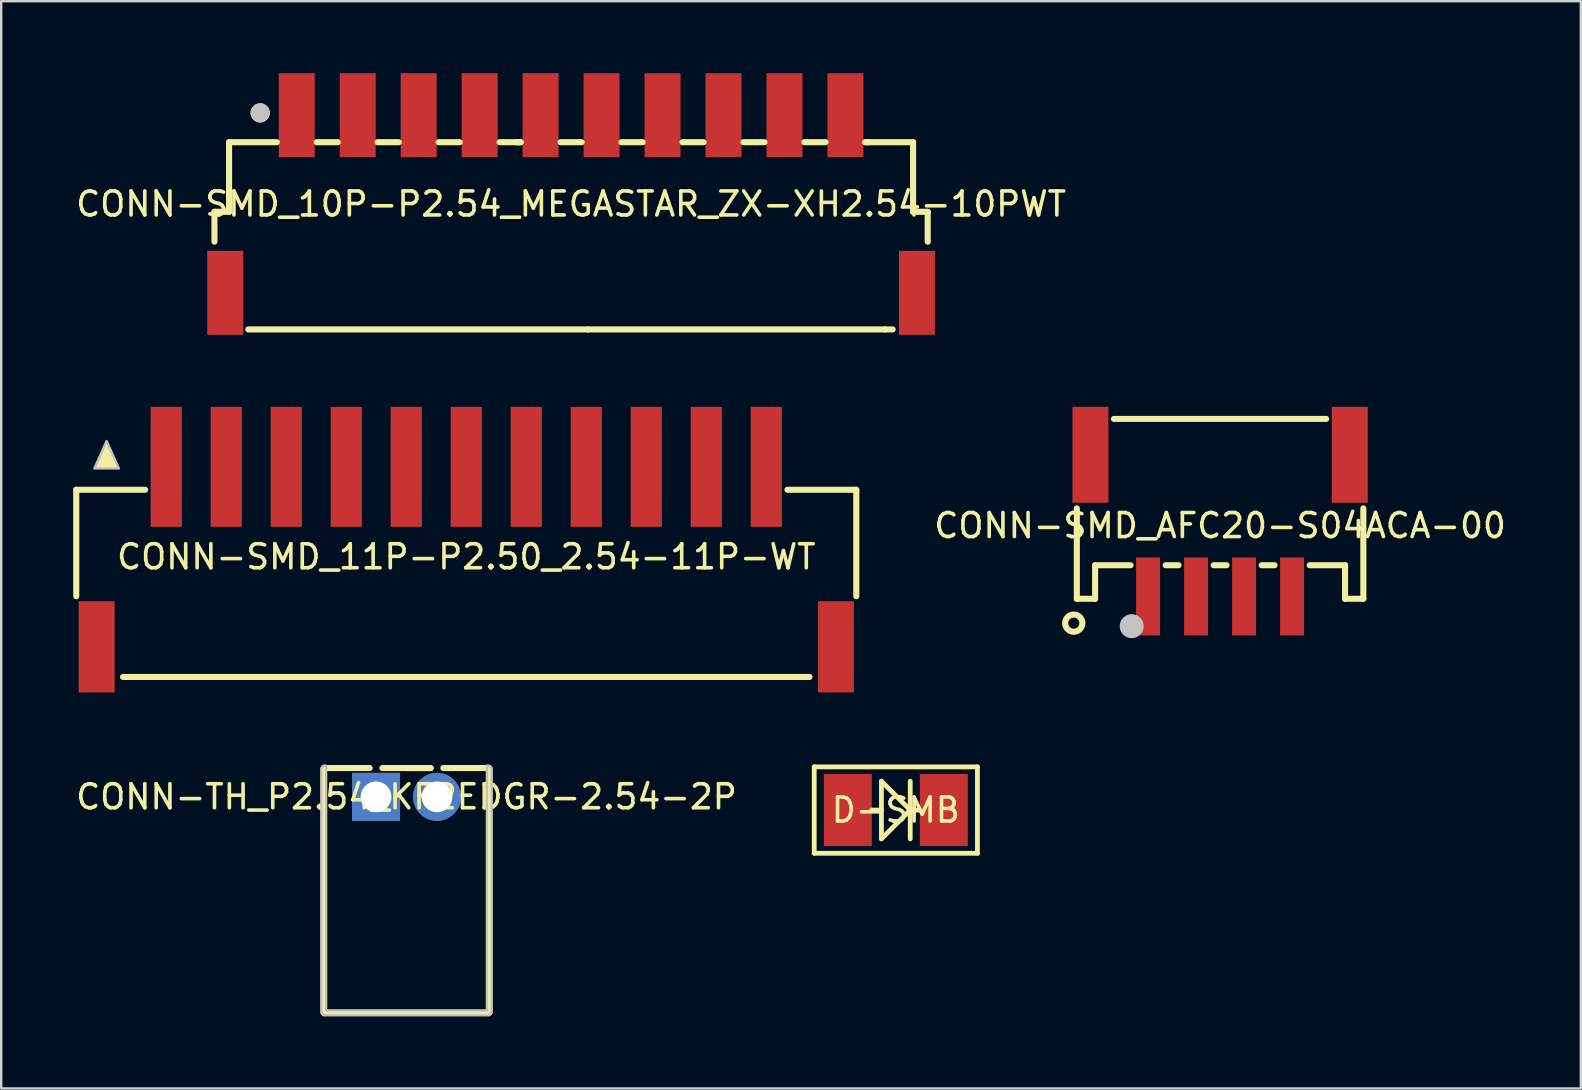
<source format=kicad_pcb>
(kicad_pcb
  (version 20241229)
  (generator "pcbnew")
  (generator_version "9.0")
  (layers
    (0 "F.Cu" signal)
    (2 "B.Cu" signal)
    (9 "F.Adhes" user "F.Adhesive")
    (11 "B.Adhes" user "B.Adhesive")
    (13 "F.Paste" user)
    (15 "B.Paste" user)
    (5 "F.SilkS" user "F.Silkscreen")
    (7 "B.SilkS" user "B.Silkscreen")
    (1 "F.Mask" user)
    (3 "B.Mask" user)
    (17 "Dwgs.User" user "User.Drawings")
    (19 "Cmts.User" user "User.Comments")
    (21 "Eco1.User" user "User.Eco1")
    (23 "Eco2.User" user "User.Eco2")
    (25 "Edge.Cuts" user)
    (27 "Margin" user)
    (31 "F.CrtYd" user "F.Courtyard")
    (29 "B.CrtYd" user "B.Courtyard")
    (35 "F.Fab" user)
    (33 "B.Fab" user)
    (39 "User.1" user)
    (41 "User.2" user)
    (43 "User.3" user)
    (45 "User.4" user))
  (footprint "D-SMB"
    (layer "F.Cu")
    (at 34.274 30.7)
    (property "Reference" "D-SMB" (at 0 0 0) (layer "F.SilkS") (effects (font (size 1 1) (thickness 0.15))))
    (fp_line (start -3.4 -1.8) (end 3.4 -1.8) (stroke (width 0.2) (type default)) (layer "F.SilkS"))
    (fp_line (start -3.4 1.8) (end -3.4 -1.8) (stroke (width 0.2) (type default)) (layer "F.SilkS"))
    (fp_line (start -0.6 -1.2) (end -0.6 1.2) (stroke (width 0.2) (type default)) (layer "F.SilkS"))
    (fp_line (start -0.6 0) (end -1 0) (stroke (width 0.2) (type default)) (layer "F.SilkS"))
    (fp_line (start -0.6 1.2) (end 0.6 0) (stroke (width 0.2) (type default)) (layer "F.SilkS"))
    (fp_line (start 0.6 0) (end -0.6 -1.2) (stroke (width 0.2) (type default)) (layer "F.SilkS"))
    (fp_line (start 0.6 0) (end 1 0) (stroke (width 0.2) (type default)) (layer "F.SilkS"))
    (fp_line (start 0.6 1.2) (end 0.6 -1.2) (stroke (width 0.2) (type default)) (layer "F.SilkS"))
    (fp_line (start 3.4 -1.8) (end 3.4 1.8) (stroke (width 0.2) (type default)) (layer "F.SilkS"))
    (fp_line (start 3.4 1.8) (end -3.4 1.8) (stroke (width 0.2) (type default)) (layer "F.SilkS"))
    (pad "A" smd rect (at -2 0 90) (size 3 2) (layers "F.Cu" "F.Mask" "F.Paste"))
    (pad "K" smd rect (at 2 0 90) (size 3 2) (layers "F.Cu" "F.Mask" "F.Paste")))
  (footprint "CONN-SMD_11P-P2.50_2.54-11P-WT"
    (layer "F.Cu")
    (at 16.377 20.15)
    (property "Reference" "CONN-SMD_11P-P2.50_2.54-11P-WT" (at 0 0 0) (layer "F.SilkS") (effects (font (size 1 1) (thickness 0.15))))
    (fp_line (start -16.25 -2.794) (end -13.381 -2.794) (stroke (width 0.254) (type default)) (layer "F.SilkS"))
    (fp_line (start -16.25 1.642) (end -16.25 -2.794) (stroke (width 0.254) (type default)) (layer "F.SilkS"))
    (fp_line (start -14.3 5.006) (end 14.3 5.006) (stroke (width 0.254) (type default)) (layer "F.SilkS"))
    (fp_line (start 16.25 -2.794) (end 13.381 -2.794) (stroke (width 0.254) (type default)) (layer "F.SilkS"))
    (fp_line (start 16.25 1.642) (end 16.25 -2.794) (stroke (width 0.254) (type default)) (layer "F.SilkS"))
    (fp_poly (pts (xy -14.986 -4.826) (xy -15.494 -3.683) (xy -14.478 -3.683)) (stroke (width 0) (type default)) (fill yes) (layer "F.SilkS"))
    (fp_poly (pts (xy -14.986 -4.826) (xy -15.493 -3.683) (xy -14.477 -3.683)) (stroke (width 0.1) (type default)) (fill no) (layer "Dwgs.User"))
    (fp_poly (pts (xy -15.55 1.9) (xy -15.25 1.9) (xy -15.25 4.9) (xy -15.55 4.9)) (stroke (width 0.1) (type default)) (fill no) (layer "User.1"))
    (fp_poly (pts (xy -12.82 -5.594) (xy -12.18 -5.594) (xy -12.18 -2.594) (xy -12.82 -2.594)) (stroke (width 0.1) (type default)) (fill no) (layer "User.1"))
    (fp_poly (pts (xy -10.32 -5.594) (xy -9.68 -5.594) (xy -9.68 -2.594) (xy -10.32 -2.594)) (stroke (width 0.1) (type default)) (fill no) (layer "User.1"))
    (fp_poly (pts (xy -7.82 -5.594) (xy -7.18 -5.594) (xy -7.18 -2.594) (xy -7.82 -2.594)) (stroke (width 0.1) (type default)) (fill no) (layer "User.1"))
    (fp_poly (pts (xy -5.32 -5.594) (xy -4.68 -5.594) (xy -4.68 -2.594) (xy -5.32 -2.594)) (stroke (width 0.1) (type default)) (fill no) (layer "User.1"))
    (fp_poly (pts (xy -2.82 -5.594) (xy -2.18 -5.594) (xy -2.18 -2.594) (xy -2.82 -2.594)) (stroke (width 0.1) (type default)) (fill no) (layer "User.1"))
    (fp_poly (pts (xy -0.32 -5.594) (xy 0.32 -5.594) (xy 0.32 -2.594) (xy -0.32 -2.594)) (stroke (width 0.1) (type default)) (fill no) (layer "User.1"))
    (fp_poly (pts (xy 2.18 -5.594) (xy 2.82 -5.594) (xy 2.82 -2.594) (xy 2.18 -2.594)) (stroke (width 0.1) (type default)) (fill no) (layer "User.1"))
    (fp_poly (pts (xy 4.68 -5.594) (xy 5.32 -5.594) (xy 5.32 -2.594) (xy 4.68 -2.594)) (stroke (width 0.1) (type default)) (fill no) (layer "User.1"))
    (fp_poly (pts (xy 7.18 -5.594) (xy 7.82 -5.594) (xy 7.82 -2.594) (xy 7.18 -2.594)) (stroke (width 0.1) (type default)) (fill no) (layer "User.1"))
    (fp_poly (pts (xy 9.68 -5.594) (xy 10.32 -5.594) (xy 10.32 -2.594) (xy 9.68 -2.594)) (stroke (width 0.1) (type default)) (fill no) (layer "User.1"))
    (fp_poly (pts (xy 12.18 -5.594) (xy 12.82 -5.594) (xy 12.82 -2.594) (xy 12.18 -2.594)) (stroke (width 0.1) (type default)) (fill no) (layer "User.1"))
    (fp_poly (pts (xy 15.25 1.9) (xy 15.55 1.9) (xy 15.55 4.9) (xy 15.25 4.9)) (stroke (width 0.1) (type default)) (fill no) (layer "User.1"))
    (fp_line (start -16.25 -2.794) (end 16.25 -2.794) (stroke (width 0.051) (type default)) (layer "User.2"))
    (fp_line (start -16.25 5.006) (end -16.25 -2.794) (stroke (width 0.051) (type default)) (layer "User.2"))
    (fp_line (start 16.25 -2.794) (end 16.25 5.006) (stroke (width 0.051) (type default)) (layer "User.2"))
    (fp_line (start 16.25 5.006) (end -16.25 5.006) (stroke (width 0.051) (type default)) (layer "User.2"))
    (fp_poly (pts (xy -16.19 -5.594) (xy -16.208 -5.636) (xy -16.25 -5.654) (xy -16.292 -5.636) (xy -16.31 -5.594) (xy -16.292 -5.552) (xy -16.25 -5.534) (xy -16.208 -5.552)) (stroke (width 0.1) (type default)) (fill no) (layer "User.3"))
    (pad "1" smd rect (at -12.5 -3.75) (size 1.3 5) (layers "F.Cu" "F.Mask" "F.Paste"))
    (pad "2" smd rect (at -10 -3.75) (size 1.3 5) (layers "F.Cu" "F.Mask" "F.Paste"))
    (pad "3" smd rect (at -7.5 -3.75) (size 1.3 5) (layers "F.Cu" "F.Mask" "F.Paste"))
    (pad "4" smd rect (at -5 -3.75) (size 1.3 5) (layers "F.Cu" "F.Mask" "F.Paste"))
    (pad "5" smd rect (at -2.5 -3.75) (size 1.3 5) (layers "F.Cu" "F.Mask" "F.Paste"))
    (pad "6" smd rect (at 0 -3.75) (size 1.3 5) (layers "F.Cu" "F.Mask" "F.Paste"))
    (pad "7" smd rect (at 2.5 -3.75) (size 1.3 5) (layers "F.Cu" "F.Mask" "F.Paste"))
    (pad "8" smd rect (at 5 -3.75) (size 1.3 5) (layers "F.Cu" "F.Mask" "F.Paste"))
    (pad "9" smd rect (at 7.5 -3.75) (size 1.3 5) (layers "F.Cu" "F.Mask" "F.Paste"))
    (pad "10" smd rect (at 10 -3.75) (size 1.3 5) (layers "F.Cu" "F.Mask" "F.Paste"))
    (pad "11" smd rect (at 12.5 -3.75) (size 1.3 5) (layers "F.Cu" "F.Mask" "F.Paste"))
    (pad "12" smd rect (at 15.4 3.75) (size 1.5 3.8) (layers "F.Cu" "F.Mask" "F.Paste"))
    (pad "13" smd rect (at -15.4 3.75) (size 1.5 3.8) (layers "F.Cu" "F.Mask" "F.Paste")))
  (footprint "CONN-TH_P2.54_KF2EDGR-2.54-2P"
    (layer "F.Cu")
    (at 13.887 30.15)
    (property "Reference" "CONN-TH_P2.54_KF2EDGR-2.54-2P" (at 0 0 0) (layer "F.SilkS") (effects (font (size 1 1) (thickness 0.15))))
    (fp_line (start -3.44 -1.2) (end -3.44 9) (stroke (width 0.254) (type default)) (layer "F.SilkS"))
    (fp_line (start -3.44 9) (end 3.44 9) (stroke (width 0.254) (type default)) (layer "F.SilkS"))
    (fp_line (start -1.536 -1.2) (end -3.44 -1.2) (stroke (width 0.254) (type default)) (layer "F.SilkS"))
    (fp_line (start 1.004 -1.2) (end -1.004 -1.2) (stroke (width 0.254) (type default)) (layer "F.SilkS"))
    (fp_line (start 1.004 -1.2) (end 0 -1.2) (stroke (width 0.254) (type default)) (layer "F.SilkS"))
    (fp_line (start 3.44 -1.2) (end 1.536 -1.2) (stroke (width 0.254) (type default)) (layer "F.SilkS"))
    (fp_line (start 3.44 -1.2) (end 3.44 9) (stroke (width 0.254) (type default)) (layer "F.SilkS"))
    (fp_poly (pts (xy -3.4 -1.3) (xy -3.45 -1.3) (xy -3.55 -1.2) (xy -3.55 9) (xy -3.45 9.1) (xy 3.45 9.1) (xy 3.55 9) (xy 3.55 -1.2) (xy 3.45 -1.3) (xy 3.35 -1.3) (xy 3.35 8.9) (xy -3.35 8.9) (xy -3.35 -1.3)) (stroke (width 0.1) (type default)) (fill no) (layer "Dwgs.User"))
    (fp_poly (pts (xy -1.67 -0.4) (xy -0.87 -0.4) (xy -0.87 0.4) (xy -1.67 0.4)) (stroke (width 0.1) (type default)) (fill no) (layer "User.1"))
    (fp_poly (pts (xy 0.87 -0.4) (xy 1.67 -0.4) (xy 1.67 0.4) (xy 0.87 0.4)) (stroke (width 0.1) (type default)) (fill no) (layer "User.1"))
    (fp_line (start -3.49 -1.2) (end 3.49 -1.2) (stroke (width 0.051) (type default)) (layer "User.2"))
    (fp_line (start -3.49 8.9) (end -3.49 -1.2) (stroke (width 0.051) (type default)) (layer "User.2"))
    (fp_line (start 3.49 -1.2) (end 3.49 8.9) (stroke (width 0.051) (type default)) (layer "User.2"))
    (fp_line (start 3.49 8.9) (end -3.49 8.9) (stroke (width 0.051) (type default)) (layer "User.2"))
    (fp_poly (pts (xy -3.43 8.9) (xy -3.448 8.858) (xy -3.49 8.84) (xy -3.532 8.858) (xy -3.55 8.9) (xy -3.532 8.942) (xy -3.49 8.96) (xy -3.448 8.942)) (stroke (width 0.1) (type default)) (fill no) (layer "User.3"))
    (pad "1" thru_hole rect (at -1.27 0) (size 2 2) (drill 1.28) (layers "*.Cu" "*.Mask"))
    (pad "2" thru_hole circle (at 1.27 0) (size 2 2) (drill 1.28) (layers "*.Cu" "*.Mask")))
  (footprint "CONN-SMD_10P-P2.54_MEGASTAR_ZX-XH2.54-10PWT"
    (layer "F.Cu")
    (at 20.744 5.45)
    (property "Reference" "CONN-SMD_10P-P2.54_MEGASTAR_ZX-XH2.54-10PWT" (at 0 0 0) (layer "F.SilkS") (effects (font (size 1 1) (thickness 0.15))))
    (fp_line (start -14.859 0.325) (end -14.859 1.569) (stroke (width 0.254) (type default)) (layer "F.SilkS"))
    (fp_line (start -14.25 -2.575) (end -14.25 0.325) (stroke (width 0.254) (type default)) (layer "F.SilkS"))
    (fp_line (start -14.25 0.325) (end -14.859 0.325) (stroke (width 0.254) (type default)) (layer "F.SilkS"))
    (fp_line (start -13.45 5.225) (end 0.699 5.225) (stroke (width 0.254) (type default)) (layer "F.SilkS"))
    (fp_line (start -12.261 -2.575) (end -14.25 -2.575) (stroke (width 0.254) (type default)) (layer "F.SilkS"))
    (fp_line (start -10.599 -2.575) (end -9.721 -2.575) (stroke (width 0.254) (type default)) (layer "F.SilkS"))
    (fp_line (start -8.059 -2.575) (end -7.181 -2.575) (stroke (width 0.254) (type default)) (layer "F.SilkS"))
    (fp_line (start -5.519 -2.575) (end -4.641 -2.575) (stroke (width 0.254) (type default)) (layer "F.SilkS"))
    (fp_line (start -2.979 -2.575) (end -2.101 -2.575) (stroke (width 0.254) (type default)) (layer "F.SilkS"))
    (fp_line (start -2.101 -2.575) (end -2.286 -2.575) (stroke (width 0.254) (type default)) (layer "F.SilkS"))
    (fp_line (start 0.439 -2.575) (end -0.439 -2.575) (stroke (width 0.254) (type default)) (layer "F.SilkS"))
    (fp_line (start 0.699 5.225) (end 13.075 5.225) (stroke (width 0.254) (type default)) (layer "F.SilkS"))
    (fp_line (start 2.979 -2.575) (end 2.101 -2.575) (stroke (width 0.254) (type default)) (layer "F.SilkS"))
    (fp_line (start 5.519 -2.575) (end 4.641 -2.575) (stroke (width 0.254) (type default)) (layer "F.SilkS"))
    (fp_line (start 8.059 -2.575) (end 7.181 -2.575) (stroke (width 0.254) (type default)) (layer "F.SilkS"))
    (fp_line (start 10.599 -2.575) (end 9.721 -2.575) (stroke (width 0.254) (type default)) (layer "F.SilkS"))
    (fp_line (start 12.261 -2.575) (end 14.249 -2.575) (stroke (width 0.254) (type default)) (layer "F.SilkS"))
    (fp_line (start 12.405 -2.575) (end 12.261 -2.575) (stroke (width 0.254) (type default)) (layer "F.SilkS"))
    (fp_line (start 13.075 5.225) (end 13.399 5.225) (stroke (width 0.254) (type default)) (layer "F.SilkS"))
    (fp_line (start 14.249 -2.575) (end 14.249 0.325) (stroke (width 0.254) (type default)) (layer "F.SilkS"))
    (fp_line (start 14.249 0.325) (end 14.859 0.325) (stroke (width 0.254) (type default)) (layer "F.SilkS"))
    (fp_line (start 14.859 0.325) (end 14.859 1.569) (stroke (width 0.254) (type default)) (layer "F.SilkS"))
    (fp_circle (center -12.954 -3.797) (end -12.754 -3.797) (stroke (width 0.4) (type default)) (fill no) (layer "F.SilkS"))
    (fp_circle (center -12.954 -3.797) (end -12.754 -3.797) (stroke (width 0.4) (type default)) (fill no) (layer "Dwgs.User"))
    (fp_poly (pts (xy -14.35 2.2) (xy -13.95 2.2) (xy -13.95 5.2) (xy -14.35 5.2)) (stroke (width 0.1) (type default)) (fill no) (layer "User.1"))
    (fp_poly (pts (xy -11.75 -5.278) (xy -11.11 -5.278) (xy -11.11 -2.574) (xy -11.75 -2.574)) (stroke (width 0.1) (type default)) (fill no) (layer "User.1"))
    (fp_poly (pts (xy -9.21 -5.278) (xy -8.57 -5.278) (xy -8.57 -2.574) (xy -9.21 -2.574)) (stroke (width 0.1) (type default)) (fill no) (layer "User.1"))
    (fp_poly (pts (xy -6.67 -5.278) (xy -6.03 -5.278) (xy -6.03 -2.574) (xy -6.67 -2.574)) (stroke (width 0.1) (type default)) (fill no) (layer "User.1"))
    (fp_poly (pts (xy -4.13 -5.278) (xy -3.49 -5.278) (xy -3.49 -2.574) (xy -4.13 -2.574)) (stroke (width 0.1) (type default)) (fill no) (layer "User.1"))
    (fp_poly (pts (xy -1.59 -5.278) (xy -0.95 -5.278) (xy -0.95 -2.574) (xy -1.59 -2.574)) (stroke (width 0.1) (type default)) (fill no) (layer "User.1"))
    (fp_poly (pts (xy 0.95 -5.278) (xy 1.59 -5.278) (xy 1.59 -2.574) (xy 0.95 -2.574)) (stroke (width 0.1) (type default)) (fill no) (layer "User.1"))
    (fp_poly (pts (xy 3.49 -5.278) (xy 4.13 -5.278) (xy 4.13 -2.574) (xy 3.49 -2.574)) (stroke (width 0.1) (type default)) (fill no) (layer "User.1"))
    (fp_poly (pts (xy 6.03 -5.278) (xy 6.67 -5.278) (xy 6.67 -2.574) (xy 6.03 -2.574)) (stroke (width 0.1) (type default)) (fill no) (layer "User.1"))
    (fp_poly (pts (xy 8.57 -5.278) (xy 9.21 -5.278) (xy 9.21 -2.574) (xy 8.57 -2.574)) (stroke (width 0.1) (type default)) (fill no) (layer "User.1"))
    (fp_poly (pts (xy 11.11 -5.278) (xy 11.75 -5.278) (xy 11.75 -2.574) (xy 11.11 -2.574)) (stroke (width 0.1) (type default)) (fill no) (layer "User.1"))
    (fp_poly (pts (xy 13.95 2.2) (xy 14.35 2.2) (xy 14.35 5.2) (xy 13.95 5.2)) (stroke (width 0.1) (type default)) (fill no) (layer "User.1"))
    (fp_line (start -15 0.323) (end -13.9 0.323) (stroke (width 0.051) (type default)) (layer "User.2"))
    (fp_line (start -15 5.223) (end -15 0.323) (stroke (width 0.051) (type default)) (layer "User.2"))
    (fp_line (start -13.9 -2.578) (end 13.9 -2.578) (stroke (width 0.051) (type default)) (layer "User.2"))
    (fp_line (start -13.9 0.323) (end -13.9 -2.578) (stroke (width 0.051) (type default)) (layer "User.2"))
    (fp_line (start 13.9 -2.578) (end 13.9 0.323) (stroke (width 0.051) (type default)) (layer "User.2"))
    (fp_line (start 13.9 0.323) (end 15 0.323) (stroke (width 0.051) (type default)) (layer "User.2"))
    (fp_line (start 15 0.323) (end 15 5.223) (stroke (width 0.051) (type default)) (layer "User.2"))
    (fp_line (start 15 5.223) (end -15 5.223) (stroke (width 0.051) (type default)) (layer "User.2"))
    (fp_poly (pts (xy -14.94 -5.278) (xy -14.958 -5.32) (xy -15 -5.338) (xy -15.042 -5.32) (xy -15.06 -5.278) (xy -15.042 -5.236) (xy -15 -5.218) (xy -14.958 -5.236)) (stroke (width 0.1) (type default)) (fill no) (layer "User.3"))
    (pad "0" smd rect (at -14.41 3.7) (size 1.5 3.5) (layers "F.Cu" "F.Mask" "F.Paste"))
    (pad "0" smd rect (at 14.41 3.7) (size 1.5 3.5) (layers "F.Cu" "F.Mask" "F.Paste"))
    (pad "1" smd rect (at -11.43 -3.7) (size 1.5 3.5) (layers "F.Cu" "F.Mask" "F.Paste"))
    (pad "2" smd rect (at -8.89 -3.7) (size 1.5 3.5) (layers "F.Cu" "F.Mask" "F.Paste"))
    (pad "3" smd rect (at -6.35 -3.7) (size 1.5 3.5) (layers "F.Cu" "F.Mask" "F.Paste"))
    (pad "4" smd rect (at -3.81 -3.7) (size 1.5 3.5) (layers "F.Cu" "F.Mask" "F.Paste"))
    (pad "5" smd rect (at -1.27 -3.7) (size 1.5 3.5) (layers "F.Cu" "F.Mask" "F.Paste"))
    (pad "6" smd rect (at 1.27 -3.7) (size 1.5 3.5) (layers "F.Cu" "F.Mask" "F.Paste"))
    (pad "7" smd rect (at 3.81 -3.7) (size 1.5 3.5) (layers "F.Cu" "F.Mask" "F.Paste"))
    (pad "8" smd rect (at 6.35 -3.7) (size 1.5 3.5) (layers "F.Cu" "F.Mask" "F.Paste"))
    (pad "9" smd rect (at 8.89 -3.7) (size 1.5 3.5) (layers "F.Cu" "F.Mask" "F.Paste"))
    (pad "10" smd rect (at 11.43 -3.7) (size 1.5 3.5) (layers "F.Cu" "F.Mask" "F.Paste")))
  (footprint "CONN-SMD_AFC20-S04ACA-00"
    (layer "F.Cu")
    (at 47.784 18.849)
    (property "Reference" "CONN-SMD_AFC20-S04ACA-00" (at 0 0 0) (layer "F.SilkS") (effects (font (size 1 1) (thickness 0.15))))
    (fp_line (start -5.969 3.048) (end -5.969 -0.719) (stroke (width 0.254) (type default)) (layer "F.SilkS"))
    (fp_line (start -5.207 1.651) (end -5.207 3.048) (stroke (width 0.254) (type default)) (layer "F.SilkS"))
    (fp_line (start -5.207 3.048) (end -5.969 3.048) (stroke (width 0.254) (type default)) (layer "F.SilkS"))
    (fp_line (start -4.421 -4.445) (end 4.421 -4.445) (stroke (width 0.254) (type default)) (layer "F.SilkS"))
    (fp_line (start -3.731 1.651) (end -5.207 1.651) (stroke (width 0.254) (type default)) (layer "F.SilkS"))
    (fp_line (start -1.731 1.651) (end -2.269 1.651) (stroke (width 0.254) (type default)) (layer "F.SilkS"))
    (fp_line (start 0.269 1.651) (end -0.269 1.651) (stroke (width 0.254) (type default)) (layer "F.SilkS"))
    (fp_line (start 2.269 1.651) (end 1.731 1.651) (stroke (width 0.254) (type default)) (layer "F.SilkS"))
    (fp_line (start 5.207 1.651) (end 3.731 1.651) (stroke (width 0.254) (type default)) (layer "F.SilkS"))
    (fp_line (start 5.207 3.048) (end 5.207 1.651) (stroke (width 0.254) (type default)) (layer "F.SilkS"))
    (fp_line (start 5.969 -0.719) (end 5.969 3.048) (stroke (width 0.254) (type default)) (layer "F.SilkS"))
    (fp_line (start 5.969 3.048) (end 5.207 3.048) (stroke (width 0.254) (type default)) (layer "F.SilkS"))
    (fp_circle (center -6.096 4.064) (end -5.737 4.064) (stroke (width 0.254) (type default)) (fill no) (layer "F.SilkS"))
    (fp_circle (center -3.683 4.191) (end -3.433 4.191) (stroke (width 0.5) (type default)) (fill no) (layer "Dwgs.User"))
    (fp_poly (pts (xy -5.577 -4.438) (xy -5.228 -4.438) (xy -5.228 -1.538) (xy -5.577 -1.538)) (stroke (width 0.1) (type default)) (fill no) (layer "User.1"))
    (fp_poly (pts (xy -3.25 2.164) (xy -2.75 2.164) (xy -2.75 3.874) (xy -3.25 3.874)) (stroke (width 0.1) (type default)) (fill no) (layer "User.1"))
    (fp_poly (pts (xy -1.25 2.164) (xy -0.75 2.164) (xy -0.75 3.874) (xy -1.25 3.874)) (stroke (width 0.1) (type default)) (fill no) (layer "User.1"))
    (fp_poly (pts (xy 0.75 2.164) (xy 1.25 2.164) (xy 1.25 3.874) (xy 0.75 3.874)) (stroke (width 0.1) (type default)) (fill no) (layer "User.1"))
    (fp_poly (pts (xy 2.75 2.164) (xy 3.25 2.164) (xy 3.25 3.874) (xy 2.75 3.874)) (stroke (width 0.1) (type default)) (fill no) (layer "User.1"))
    (fp_poly (pts (xy 5.228 -4.438) (xy 5.577 -4.438) (xy 5.577 -1.538) (xy 5.228 -1.538)) (stroke (width 0.1) (type default)) (fill no) (layer "User.1"))
    (fp_line (start -5.95 -4.436) (end -5.95 3.114) (stroke (width 0.051) (type default)) (layer "User.2"))
    (fp_line (start -5.95 3.114) (end 5.95 3.114) (stroke (width 0.051) (type default)) (layer "User.2"))
    (fp_line (start 5.95 -4.436) (end -5.95 -4.436) (stroke (width 0.051) (type default)) (layer "User.2"))
    (fp_line (start 5.95 3.114) (end 5.95 -4.436) (stroke (width 0.051) (type default)) (layer "User.2"))
    (fp_poly (pts (xy -5.89 3.874) (xy -5.908 3.832) (xy -5.95 3.814) (xy -5.992 3.832) (xy -6.01 3.874) (xy -5.992 3.917) (xy -5.95 3.934) (xy -5.908 3.917)) (stroke (width 0.1) (type default)) (fill no) (layer "User.3"))
    (pad "1" smd rect (at -3 2.95) (size 1 3.25) (layers "F.Cu" "F.Mask" "F.Paste"))
    (pad "2" smd rect (at -1 2.95) (size 1 3.25) (layers "F.Cu" "F.Mask" "F.Paste"))
    (pad "3" smd rect (at 1 2.95) (size 1 3.25) (layers "F.Cu" "F.Mask" "F.Paste"))
    (pad "4" smd rect (at 3 2.95) (size 1 3.25) (layers "F.Cu" "F.Mask" "F.Paste"))
    (pad "5" smd rect (at 5.402 -2.95) (size 1.5 4) (layers "F.Cu" "F.Mask" "F.Paste"))
    (pad "6" smd rect (at -5.402 -2.95) (size 1.5 4) (layers "F.Cu" "F.Mask" "F.Paste")))
  (gr_rect
    (start -3 -3)
    (end 62.814 42.3)
    (stroke (width 0.1) (type default))
    (fill no)
    (layer "Edge.Cuts")))
</source>
